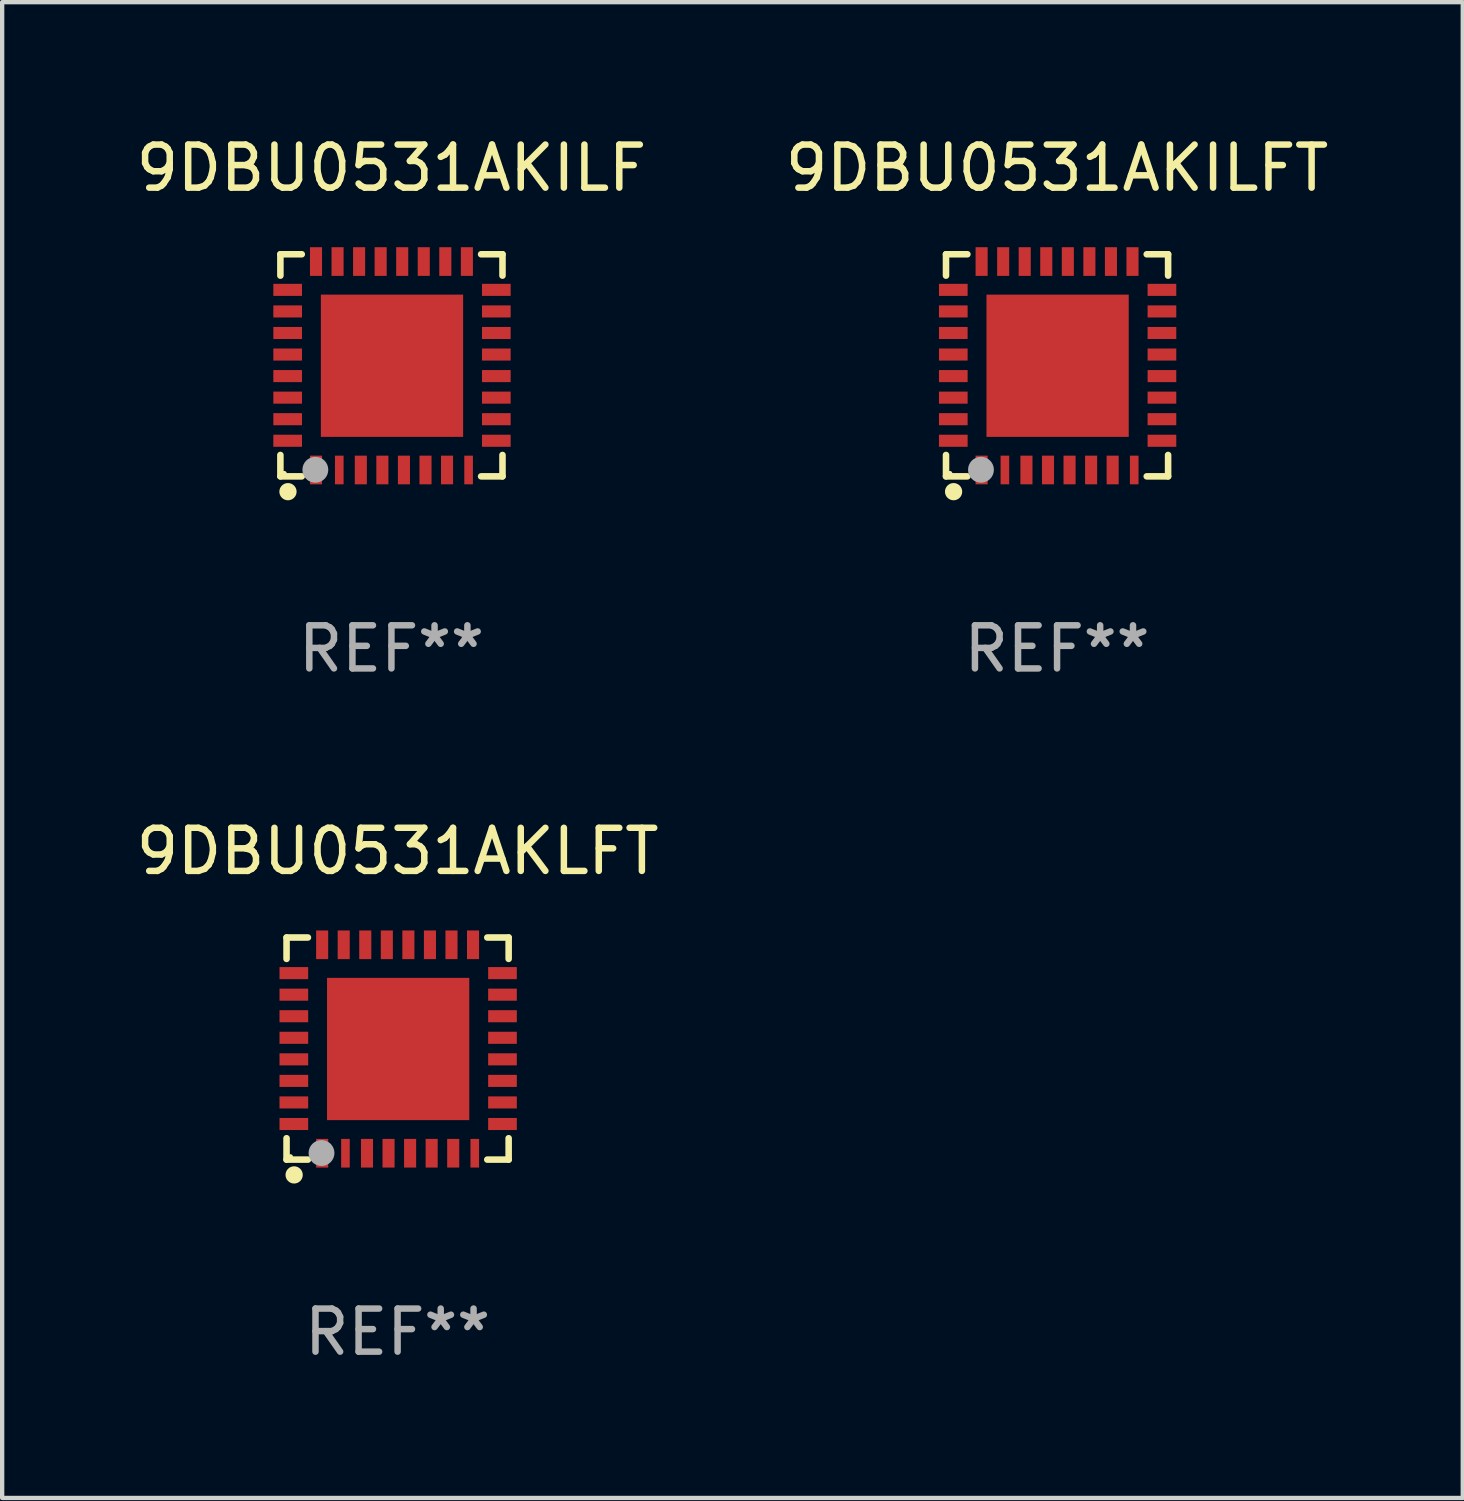
<source format=kicad_pcb>
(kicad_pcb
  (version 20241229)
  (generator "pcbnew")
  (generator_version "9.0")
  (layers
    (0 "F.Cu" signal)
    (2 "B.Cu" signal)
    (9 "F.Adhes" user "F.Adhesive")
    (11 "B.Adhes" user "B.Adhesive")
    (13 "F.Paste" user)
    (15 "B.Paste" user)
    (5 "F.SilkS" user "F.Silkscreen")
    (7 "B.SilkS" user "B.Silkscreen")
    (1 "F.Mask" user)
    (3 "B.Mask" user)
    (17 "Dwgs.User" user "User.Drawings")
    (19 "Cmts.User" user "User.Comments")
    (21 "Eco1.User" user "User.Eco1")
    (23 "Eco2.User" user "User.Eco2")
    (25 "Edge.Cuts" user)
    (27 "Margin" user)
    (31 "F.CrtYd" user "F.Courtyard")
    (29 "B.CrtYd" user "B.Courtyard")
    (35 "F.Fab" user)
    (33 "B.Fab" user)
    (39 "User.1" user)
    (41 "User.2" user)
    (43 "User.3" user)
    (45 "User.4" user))
  (footprint "9DBU0531AKLFT"
    (layer "F.Cu")
    (at 6.173 21.273)
    (property "Reference" "9DBU0531AKLFT" (at 0 -4.576 0) (layer "F.SilkS") (effects (font (size 1 1) (thickness 0.15))))
    (attr through_hole)
    (fp_line (start -2.576 -2.576) (end -2.576 -2.08) (stroke (width 0.152) (type solid)) (layer "F.SilkS"))
    (fp_line (start -2.576 2.576) (end -2.576 2.08) (stroke (width 0.152) (type solid)) (layer "F.SilkS"))
    (fp_line (start -2.08 -2.576) (end -2.576 -2.576) (stroke (width 0.152) (type solid)) (layer "F.SilkS"))
    (fp_line (start -2.08 2.576) (end -2.576 2.576) (stroke (width 0.152) (type solid)) (layer "F.SilkS"))
    (fp_line (start 2.08 -2.576) (end 2.576 -2.576) (stroke (width 0.152) (type solid)) (layer "F.SilkS"))
    (fp_line (start 2.08 2.576) (end 2.576 2.576) (stroke (width 0.152) (type solid)) (layer "F.SilkS"))
    (fp_line (start 2.576 -2.576) (end 2.576 -2.08) (stroke (width 0.152) (type solid)) (layer "F.SilkS"))
    (fp_line (start 2.576 2.576) (end 2.576 2.08) (stroke (width 0.152) (type solid)) (layer "F.SilkS"))
    (fp_circle (center -2.487 2.51) (end -2.457 2.51) (stroke (width 0.06) (type solid)) (fill no) (layer "F.SilkS"))
    (fp_circle (center -2.4 2.931) (end -2.3 2.931) (stroke (width 0.2) (type solid)) (fill no) (layer "F.SilkS"))
    (fp_circle (center -1.765 2.423) (end -1.615 2.423) (stroke (width 0.3) (type solid)) (fill no) (layer "F.Fab"))
    (fp_text user "REF**" (at 0 6.576 0) (layer "F.Fab") (effects (font (size 1 1) (thickness 0.15))))
    (pad "1" smd rect (at -1.75 2.428) (size 0.28 0.665) (layers "F.Cu" "F.Mask" "F.Paste"))
    (pad "2" smd rect (at -1.21 2.428) (size 0.2 0.665) (layers "F.Cu" "F.Mask" "F.Paste"))
    (pad "3" smd rect (at -0.71 2.428) (size 0.28 0.665) (layers "F.Cu" "F.Mask" "F.Paste"))
    (pad "4" smd rect (at -0.21 2.428) (size 0.28 0.665) (layers "F.Cu" "F.Mask" "F.Paste"))
    (pad "5" smd rect (at 0.29 2.428) (size 0.28 0.665) (layers "F.Cu" "F.Mask" "F.Paste"))
    (pad "6" smd rect (at 0.79 2.428) (size 0.28 0.665) (layers "F.Cu" "F.Mask" "F.Paste"))
    (pad "7" smd rect (at 1.29 2.428) (size 0.28 0.665) (layers "F.Cu" "F.Mask" "F.Paste"))
    (pad "8" smd rect (at 1.79 2.428) (size 0.2 0.665) (layers "F.Cu" "F.Mask" "F.Paste"))
    (pad "9" smd rect (at 2.433 1.75) (size 0.665 0.28) (layers "F.Cu" "F.Mask" "F.Paste"))
    (pad "10" smd rect (at 2.433 1.25) (size 0.665 0.28) (layers "F.Cu" "F.Mask" "F.Paste"))
    (pad "11" smd rect (at 2.433 0.75) (size 0.665 0.28) (layers "F.Cu" "F.Mask" "F.Paste"))
    (pad "12" smd rect (at 2.433 0.25) (size 0.665 0.28) (layers "F.Cu" "F.Mask" "F.Paste"))
    (pad "13" smd rect (at 2.433 -0.25) (size 0.665 0.28) (layers "F.Cu" "F.Mask" "F.Paste"))
    (pad "14" smd rect (at 2.433 -0.75) (size 0.665 0.28) (layers "F.Cu" "F.Mask" "F.Paste"))
    (pad "15" smd rect (at 2.433 -1.25) (size 0.665 0.28) (layers "F.Cu" "F.Mask" "F.Paste"))
    (pad "16" smd rect (at 2.433 -1.75) (size 0.665 0.28) (layers "F.Cu" "F.Mask" "F.Paste"))
    (pad "17" smd rect (at 1.75 -2.407) (size 0.28 0.665) (layers "F.Cu" "F.Mask" "F.Paste"))
    (pad "18" smd rect (at 1.25 -2.407) (size 0.28 0.665) (layers "F.Cu" "F.Mask" "F.Paste"))
    (pad "19" smd rect (at 0.75 -2.407) (size 0.28 0.665) (layers "F.Cu" "F.Mask" "F.Paste"))
    (pad "20" smd rect (at 0.25 -2.407) (size 0.28 0.665) (layers "F.Cu" "F.Mask" "F.Paste"))
    (pad "21" smd rect (at -0.25 -2.407) (size 0.28 0.665) (layers "F.Cu" "F.Mask" "F.Paste"))
    (pad "22" smd rect (at -0.75 -2.407) (size 0.28 0.665) (layers "F.Cu" "F.Mask" "F.Paste"))
    (pad "23" smd rect (at -1.25 -2.407) (size 0.28 0.665) (layers "F.Cu" "F.Mask" "F.Paste"))
    (pad "24" smd rect (at -1.75 -2.407) (size 0.28 0.665) (layers "F.Cu" "F.Mask" "F.Paste"))
    (pad "25" smd rect (at -2.407 -1.75) (size 0.665 0.28) (layers "F.Cu" "F.Mask" "F.Paste"))
    (pad "26" smd rect (at -2.407 -1.25) (size 0.665 0.28) (layers "F.Cu" "F.Mask" "F.Paste"))
    (pad "27" smd rect (at -2.407 -0.75) (size 0.665 0.28) (layers "F.Cu" "F.Mask" "F.Paste"))
    (pad "28" smd rect (at -2.407 -0.25) (size 0.665 0.28) (layers "F.Cu" "F.Mask" "F.Paste"))
    (pad "29" smd rect (at -2.407 0.25) (size 0.665 0.28) (layers "F.Cu" "F.Mask" "F.Paste"))
    (pad "30" smd rect (at -2.407 0.75) (size 0.665 0.28) (layers "F.Cu" "F.Mask" "F.Paste"))
    (pad "31" smd rect (at -2.407 1.25) (size 0.665 0.28) (layers "F.Cu" "F.Mask" "F.Paste"))
    (pad "32" smd rect (at -2.407 1.75) (size 0.665 0.28) (layers "F.Cu" "F.Mask" "F.Paste"))
    (pad "33" smd rect (at 0.013 0.01) (size 3.3 3.3) (layers "F.Cu" "F.Mask" "F.Paste")))
  (footprint "9DBU0531AKILF"
    (layer "F.Cu")
    (at 6.03 5.424)
    (property "Reference" "9DBU0531AKILF" (at 0 -4.576 0) (layer "F.SilkS") (effects (font (size 1 1) (thickness 0.15))))
    (attr through_hole)
    (fp_line (start -2.576 -2.576) (end -2.576 -2.08) (stroke (width 0.152) (type solid)) (layer "F.SilkS"))
    (fp_line (start -2.576 2.576) (end -2.576 2.08) (stroke (width 0.152) (type solid)) (layer "F.SilkS"))
    (fp_line (start -2.08 -2.576) (end -2.576 -2.576) (stroke (width 0.152) (type solid)) (layer "F.SilkS"))
    (fp_line (start -2.08 2.576) (end -2.576 2.576) (stroke (width 0.152) (type solid)) (layer "F.SilkS"))
    (fp_line (start 2.08 -2.576) (end 2.576 -2.576) (stroke (width 0.152) (type solid)) (layer "F.SilkS"))
    (fp_line (start 2.08 2.576) (end 2.576 2.576) (stroke (width 0.152) (type solid)) (layer "F.SilkS"))
    (fp_line (start 2.576 -2.576) (end 2.576 -2.08) (stroke (width 0.152) (type solid)) (layer "F.SilkS"))
    (fp_line (start 2.576 2.576) (end 2.576 2.08) (stroke (width 0.152) (type solid)) (layer "F.SilkS"))
    (fp_circle (center -2.487 2.51) (end -2.457 2.51) (stroke (width 0.06) (type solid)) (fill no) (layer "F.SilkS"))
    (fp_circle (center -2.4 2.931) (end -2.3 2.931) (stroke (width 0.2) (type solid)) (fill no) (layer "F.SilkS"))
    (fp_circle (center -1.765 2.423) (end -1.615 2.423) (stroke (width 0.3) (type solid)) (fill no) (layer "F.Fab"))
    (fp_text user "REF**" (at 0 6.576 0) (layer "F.Fab") (effects (font (size 1 1) (thickness 0.15))))
    (pad "1" smd rect (at -1.75 2.428) (size 0.28 0.665) (layers "F.Cu" "F.Mask" "F.Paste"))
    (pad "2" smd rect (at -1.21 2.428) (size 0.2 0.665) (layers "F.Cu" "F.Mask" "F.Paste"))
    (pad "3" smd rect (at -0.71 2.428) (size 0.28 0.665) (layers "F.Cu" "F.Mask" "F.Paste"))
    (pad "4" smd rect (at -0.21 2.428) (size 0.28 0.665) (layers "F.Cu" "F.Mask" "F.Paste"))
    (pad "5" smd rect (at 0.29 2.428) (size 0.28 0.665) (layers "F.Cu" "F.Mask" "F.Paste"))
    (pad "6" smd rect (at 0.79 2.428) (size 0.28 0.665) (layers "F.Cu" "F.Mask" "F.Paste"))
    (pad "7" smd rect (at 1.29 2.428) (size 0.28 0.665) (layers "F.Cu" "F.Mask" "F.Paste"))
    (pad "8" smd rect (at 1.79 2.428) (size 0.2 0.665) (layers "F.Cu" "F.Mask" "F.Paste"))
    (pad "9" smd rect (at 2.433 1.75) (size 0.665 0.28) (layers "F.Cu" "F.Mask" "F.Paste"))
    (pad "10" smd rect (at 2.433 1.25) (size 0.665 0.28) (layers "F.Cu" "F.Mask" "F.Paste"))
    (pad "11" smd rect (at 2.433 0.75) (size 0.665 0.28) (layers "F.Cu" "F.Mask" "F.Paste"))
    (pad "12" smd rect (at 2.433 0.25) (size 0.665 0.28) (layers "F.Cu" "F.Mask" "F.Paste"))
    (pad "13" smd rect (at 2.433 -0.25) (size 0.665 0.28) (layers "F.Cu" "F.Mask" "F.Paste"))
    (pad "14" smd rect (at 2.433 -0.75) (size 0.665 0.28) (layers "F.Cu" "F.Mask" "F.Paste"))
    (pad "15" smd rect (at 2.433 -1.25) (size 0.665 0.28) (layers "F.Cu" "F.Mask" "F.Paste"))
    (pad "16" smd rect (at 2.433 -1.75) (size 0.665 0.28) (layers "F.Cu" "F.Mask" "F.Paste"))
    (pad "17" smd rect (at 1.75 -2.407) (size 0.28 0.665) (layers "F.Cu" "F.Mask" "F.Paste"))
    (pad "18" smd rect (at 1.25 -2.407) (size 0.28 0.665) (layers "F.Cu" "F.Mask" "F.Paste"))
    (pad "19" smd rect (at 0.75 -2.407) (size 0.28 0.665) (layers "F.Cu" "F.Mask" "F.Paste"))
    (pad "20" smd rect (at 0.25 -2.407) (size 0.28 0.665) (layers "F.Cu" "F.Mask" "F.Paste"))
    (pad "21" smd rect (at -0.25 -2.407) (size 0.28 0.665) (layers "F.Cu" "F.Mask" "F.Paste"))
    (pad "22" smd rect (at -0.75 -2.407) (size 0.28 0.665) (layers "F.Cu" "F.Mask" "F.Paste"))
    (pad "23" smd rect (at -1.25 -2.407) (size 0.28 0.665) (layers "F.Cu" "F.Mask" "F.Paste"))
    (pad "24" smd rect (at -1.75 -2.407) (size 0.28 0.665) (layers "F.Cu" "F.Mask" "F.Paste"))
    (pad "25" smd rect (at -2.407 -1.75) (size 0.665 0.28) (layers "F.Cu" "F.Mask" "F.Paste"))
    (pad "26" smd rect (at -2.407 -1.25) (size 0.665 0.28) (layers "F.Cu" "F.Mask" "F.Paste"))
    (pad "27" smd rect (at -2.407 -0.75) (size 0.665 0.28) (layers "F.Cu" "F.Mask" "F.Paste"))
    (pad "28" smd rect (at -2.407 -0.25) (size 0.665 0.28) (layers "F.Cu" "F.Mask" "F.Paste"))
    (pad "29" smd rect (at -2.407 0.25) (size 0.665 0.28) (layers "F.Cu" "F.Mask" "F.Paste"))
    (pad "30" smd rect (at -2.407 0.75) (size 0.665 0.28) (layers "F.Cu" "F.Mask" "F.Paste"))
    (pad "31" smd rect (at -2.407 1.25) (size 0.665 0.28) (layers "F.Cu" "F.Mask" "F.Paste"))
    (pad "32" smd rect (at -2.407 1.75) (size 0.665 0.28) (layers "F.Cu" "F.Mask" "F.Paste"))
    (pad "33" smd rect (at 0.013 0.01) (size 3.3 3.3) (layers "F.Cu" "F.Mask" "F.Paste")))
  (footprint "9DBU0531AKILFT"
    (layer "F.Cu")
    (at 21.47 5.424)
    (property "Reference" "9DBU0531AKILFT" (at 0 -4.576 0) (layer "F.SilkS") (effects (font (size 1 1) (thickness 0.15))))
    (attr through_hole)
    (fp_line (start -2.576 -2.576) (end -2.576 -2.08) (stroke (width 0.152) (type solid)) (layer "F.SilkS"))
    (fp_line (start -2.576 2.576) (end -2.576 2.08) (stroke (width 0.152) (type solid)) (layer "F.SilkS"))
    (fp_line (start -2.08 -2.576) (end -2.576 -2.576) (stroke (width 0.152) (type solid)) (layer "F.SilkS"))
    (fp_line (start -2.08 2.576) (end -2.576 2.576) (stroke (width 0.152) (type solid)) (layer "F.SilkS"))
    (fp_line (start 2.08 -2.576) (end 2.576 -2.576) (stroke (width 0.152) (type solid)) (layer "F.SilkS"))
    (fp_line (start 2.08 2.576) (end 2.576 2.576) (stroke (width 0.152) (type solid)) (layer "F.SilkS"))
    (fp_line (start 2.576 -2.576) (end 2.576 -2.08) (stroke (width 0.152) (type solid)) (layer "F.SilkS"))
    (fp_line (start 2.576 2.576) (end 2.576 2.08) (stroke (width 0.152) (type solid)) (layer "F.SilkS"))
    (fp_circle (center -2.487 2.51) (end -2.457 2.51) (stroke (width 0.06) (type solid)) (fill no) (layer "F.SilkS"))
    (fp_circle (center -2.4 2.931) (end -2.3 2.931) (stroke (width 0.2) (type solid)) (fill no) (layer "F.SilkS"))
    (fp_circle (center -1.765 2.423) (end -1.615 2.423) (stroke (width 0.3) (type solid)) (fill no) (layer "F.Fab"))
    (fp_text user "REF**" (at 0 6.576 0) (layer "F.Fab") (effects (font (size 1 1) (thickness 0.15))))
    (pad "1" smd rect (at -1.75 2.428) (size 0.28 0.665) (layers "F.Cu" "F.Mask" "F.Paste"))
    (pad "2" smd rect (at -1.21 2.428) (size 0.2 0.665) (layers "F.Cu" "F.Mask" "F.Paste"))
    (pad "3" smd rect (at -0.71 2.428) (size 0.28 0.665) (layers "F.Cu" "F.Mask" "F.Paste"))
    (pad "4" smd rect (at -0.21 2.428) (size 0.28 0.665) (layers "F.Cu" "F.Mask" "F.Paste"))
    (pad "5" smd rect (at 0.29 2.428) (size 0.28 0.665) (layers "F.Cu" "F.Mask" "F.Paste"))
    (pad "6" smd rect (at 0.79 2.428) (size 0.28 0.665) (layers "F.Cu" "F.Mask" "F.Paste"))
    (pad "7" smd rect (at 1.29 2.428) (size 0.28 0.665) (layers "F.Cu" "F.Mask" "F.Paste"))
    (pad "8" smd rect (at 1.79 2.428) (size 0.2 0.665) (layers "F.Cu" "F.Mask" "F.Paste"))
    (pad "9" smd rect (at 2.433 1.75) (size 0.665 0.28) (layers "F.Cu" "F.Mask" "F.Paste"))
    (pad "10" smd rect (at 2.433 1.25) (size 0.665 0.28) (layers "F.Cu" "F.Mask" "F.Paste"))
    (pad "11" smd rect (at 2.433 0.75) (size 0.665 0.28) (layers "F.Cu" "F.Mask" "F.Paste"))
    (pad "12" smd rect (at 2.433 0.25) (size 0.665 0.28) (layers "F.Cu" "F.Mask" "F.Paste"))
    (pad "13" smd rect (at 2.433 -0.25) (size 0.665 0.28) (layers "F.Cu" "F.Mask" "F.Paste"))
    (pad "14" smd rect (at 2.433 -0.75) (size 0.665 0.28) (layers "F.Cu" "F.Mask" "F.Paste"))
    (pad "15" smd rect (at 2.433 -1.25) (size 0.665 0.28) (layers "F.Cu" "F.Mask" "F.Paste"))
    (pad "16" smd rect (at 2.433 -1.75) (size 0.665 0.28) (layers "F.Cu" "F.Mask" "F.Paste"))
    (pad "17" smd rect (at 1.75 -2.407) (size 0.28 0.665) (layers "F.Cu" "F.Mask" "F.Paste"))
    (pad "18" smd rect (at 1.25 -2.407) (size 0.28 0.665) (layers "F.Cu" "F.Mask" "F.Paste"))
    (pad "19" smd rect (at 0.75 -2.407) (size 0.28 0.665) (layers "F.Cu" "F.Mask" "F.Paste"))
    (pad "20" smd rect (at 0.25 -2.407) (size 0.28 0.665) (layers "F.Cu" "F.Mask" "F.Paste"))
    (pad "21" smd rect (at -0.25 -2.407) (size 0.28 0.665) (layers "F.Cu" "F.Mask" "F.Paste"))
    (pad "22" smd rect (at -0.75 -2.407) (size 0.28 0.665) (layers "F.Cu" "F.Mask" "F.Paste"))
    (pad "23" smd rect (at -1.25 -2.407) (size 0.28 0.665) (layers "F.Cu" "F.Mask" "F.Paste"))
    (pad "24" smd rect (at -1.75 -2.407) (size 0.28 0.665) (layers "F.Cu" "F.Mask" "F.Paste"))
    (pad "25" smd rect (at -2.407 -1.75) (size 0.665 0.28) (layers "F.Cu" "F.Mask" "F.Paste"))
    (pad "26" smd rect (at -2.407 -1.25) (size 0.665 0.28) (layers "F.Cu" "F.Mask" "F.Paste"))
    (pad "27" smd rect (at -2.407 -0.75) (size 0.665 0.28) (layers "F.Cu" "F.Mask" "F.Paste"))
    (pad "28" smd rect (at -2.407 -0.25) (size 0.665 0.28) (layers "F.Cu" "F.Mask" "F.Paste"))
    (pad "29" smd rect (at -2.407 0.25) (size 0.665 0.28) (layers "F.Cu" "F.Mask" "F.Paste"))
    (pad "30" smd rect (at -2.407 0.75) (size 0.665 0.28) (layers "F.Cu" "F.Mask" "F.Paste"))
    (pad "31" smd rect (at -2.407 1.25) (size 0.665 0.28) (layers "F.Cu" "F.Mask" "F.Paste"))
    (pad "32" smd rect (at -2.407 1.75) (size 0.665 0.28) (layers "F.Cu" "F.Mask" "F.Paste"))
    (pad "33" smd rect (at 0.013 0.01) (size 3.3 3.3) (layers "F.Cu" "F.Mask" "F.Paste")))
  (gr_rect
    (start -3 -3)
    (end 30.881 31.698)
    (stroke (width 0.1) (type default))
    (fill no)
    (layer "Edge.Cuts")))
</source>
